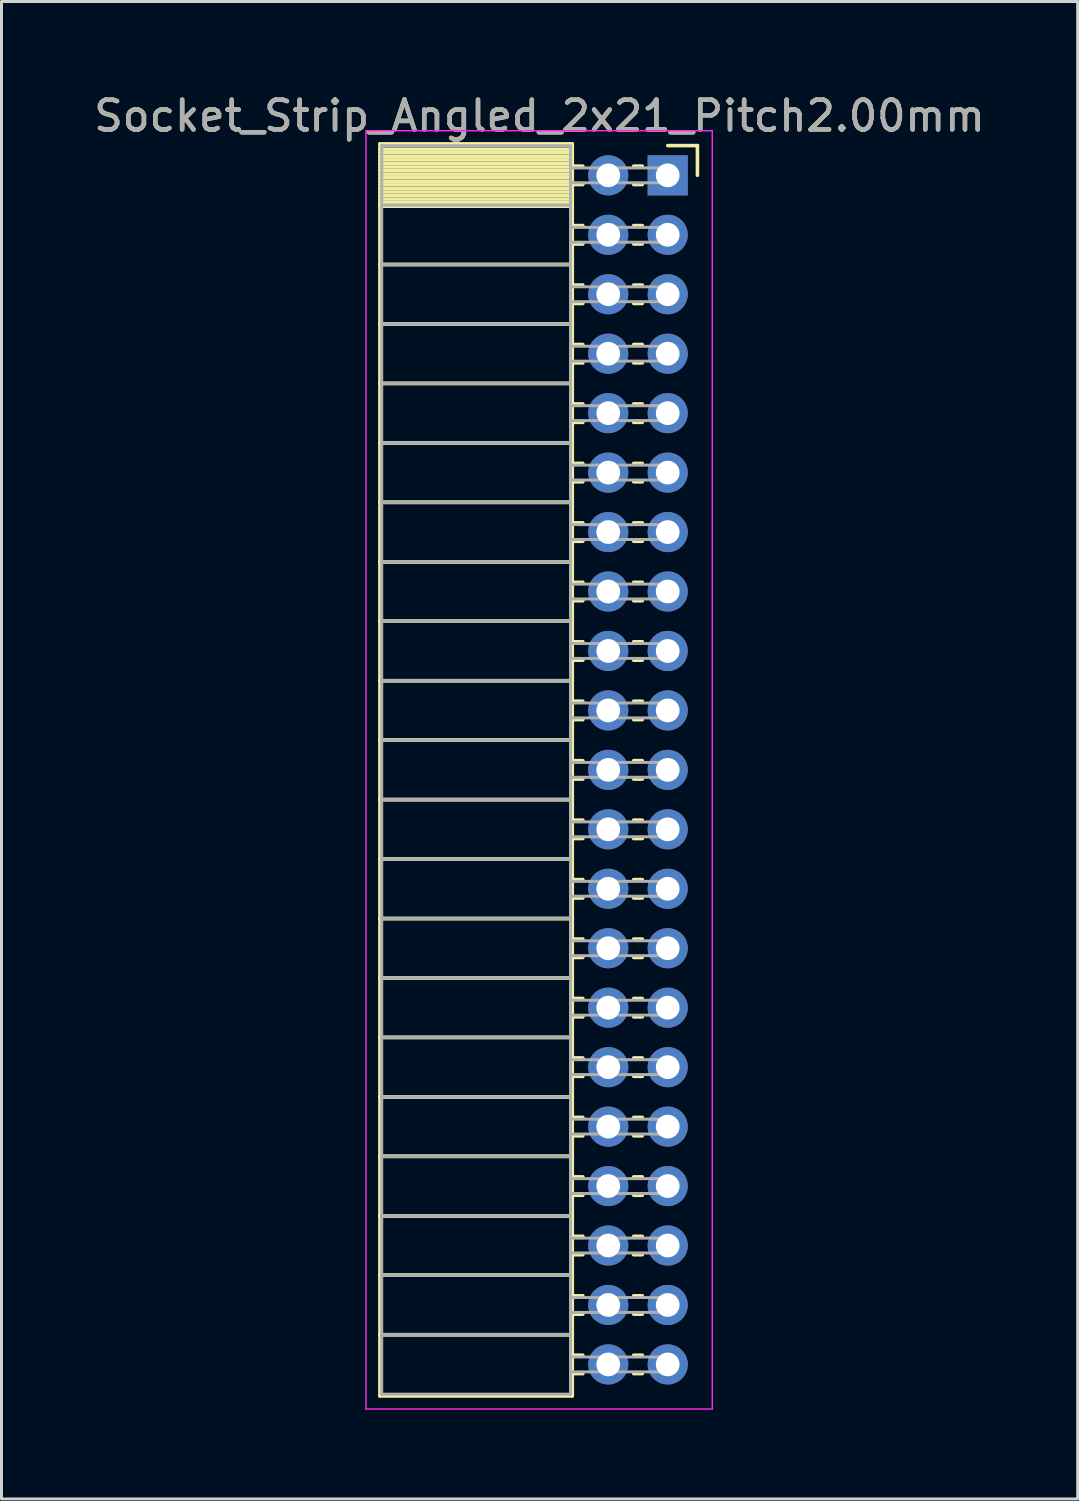
<source format=kicad_pcb>
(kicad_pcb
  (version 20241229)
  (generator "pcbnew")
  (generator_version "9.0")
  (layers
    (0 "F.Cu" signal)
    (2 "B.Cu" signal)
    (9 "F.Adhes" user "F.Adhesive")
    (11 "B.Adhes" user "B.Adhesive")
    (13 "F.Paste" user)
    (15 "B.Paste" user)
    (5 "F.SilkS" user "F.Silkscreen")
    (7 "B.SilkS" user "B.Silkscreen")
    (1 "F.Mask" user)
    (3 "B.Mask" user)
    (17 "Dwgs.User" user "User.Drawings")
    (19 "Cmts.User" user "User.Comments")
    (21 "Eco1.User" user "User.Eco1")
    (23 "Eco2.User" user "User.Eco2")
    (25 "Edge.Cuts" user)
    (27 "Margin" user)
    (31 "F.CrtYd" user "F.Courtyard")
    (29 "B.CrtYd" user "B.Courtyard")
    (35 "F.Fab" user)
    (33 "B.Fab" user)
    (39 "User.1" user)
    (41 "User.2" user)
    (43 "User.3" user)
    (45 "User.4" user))
  (footprint "Socket_Strip_Angled_2x21_Pitch2.00mm"
    (layer "F.Cu")
    (at 19.411 2.848)
    (property "Reference" "Socket_Strip_Angled_2x21_Pitch2.00mm" (at -4.31 -2 0) (layer "F.SilkS") (effects (font (size 1 1) (thickness 0.15))))
    (attr through_hole)
    (fp_line (start -9.68 -1.06) (end -3.21 -1.06) (stroke (width 0.12) (type solid)) (layer "F.SilkS"))
    (fp_line (start -9.68 1) (end -9.68 -1.06) (stroke (width 0.12) (type solid)) (layer "F.SilkS"))
    (fp_line (start -9.68 1) (end -3.21 1) (stroke (width 0.12) (type solid)) (layer "F.SilkS"))
    (fp_line (start -9.68 3) (end -9.68 1) (stroke (width 0.12) (type solid)) (layer "F.SilkS"))
    (fp_line (start -9.68 3) (end -3.21 3) (stroke (width 0.12) (type solid)) (layer "F.SilkS"))
    (fp_line (start -9.68 5) (end -9.68 3) (stroke (width 0.12) (type solid)) (layer "F.SilkS"))
    (fp_line (start -9.68 5) (end -3.21 5) (stroke (width 0.12) (type solid)) (layer "F.SilkS"))
    (fp_line (start -9.68 7) (end -9.68 5) (stroke (width 0.12) (type solid)) (layer "F.SilkS"))
    (fp_line (start -9.68 7) (end -3.21 7) (stroke (width 0.12) (type solid)) (layer "F.SilkS"))
    (fp_line (start -9.68 9) (end -9.68 7) (stroke (width 0.12) (type solid)) (layer "F.SilkS"))
    (fp_line (start -9.68 9) (end -3.21 9) (stroke (width 0.12) (type solid)) (layer "F.SilkS"))
    (fp_line (start -9.68 11) (end -9.68 9) (stroke (width 0.12) (type solid)) (layer "F.SilkS"))
    (fp_line (start -9.68 11) (end -3.21 11) (stroke (width 0.12) (type solid)) (layer "F.SilkS"))
    (fp_line (start -9.68 13) (end -9.68 11) (stroke (width 0.12) (type solid)) (layer "F.SilkS"))
    (fp_line (start -9.68 13) (end -3.21 13) (stroke (width 0.12) (type solid)) (layer "F.SilkS"))
    (fp_line (start -9.68 15) (end -9.68 13) (stroke (width 0.12) (type solid)) (layer "F.SilkS"))
    (fp_line (start -9.68 15) (end -3.21 15) (stroke (width 0.12) (type solid)) (layer "F.SilkS"))
    (fp_line (start -9.68 17) (end -9.68 15) (stroke (width 0.12) (type solid)) (layer "F.SilkS"))
    (fp_line (start -9.68 17) (end -3.21 17) (stroke (width 0.12) (type solid)) (layer "F.SilkS"))
    (fp_line (start -9.68 19) (end -9.68 17) (stroke (width 0.12) (type solid)) (layer "F.SilkS"))
    (fp_line (start -9.68 19) (end -3.21 19) (stroke (width 0.12) (type solid)) (layer "F.SilkS"))
    (fp_line (start -9.68 21) (end -9.68 19) (stroke (width 0.12) (type solid)) (layer "F.SilkS"))
    (fp_line (start -9.68 21) (end -3.21 21) (stroke (width 0.12) (type solid)) (layer "F.SilkS"))
    (fp_line (start -9.68 23) (end -9.68 21) (stroke (width 0.12) (type solid)) (layer "F.SilkS"))
    (fp_line (start -9.68 23) (end -3.21 23) (stroke (width 0.12) (type solid)) (layer "F.SilkS"))
    (fp_line (start -9.68 25) (end -9.68 23) (stroke (width 0.12) (type solid)) (layer "F.SilkS"))
    (fp_line (start -9.68 25) (end -3.21 25) (stroke (width 0.12) (type solid)) (layer "F.SilkS"))
    (fp_line (start -9.68 27) (end -9.68 25) (stroke (width 0.12) (type solid)) (layer "F.SilkS"))
    (fp_line (start -9.68 27) (end -3.21 27) (stroke (width 0.12) (type solid)) (layer "F.SilkS"))
    (fp_line (start -9.68 29) (end -9.68 27) (stroke (width 0.12) (type solid)) (layer "F.SilkS"))
    (fp_line (start -9.68 29) (end -3.21 29) (stroke (width 0.12) (type solid)) (layer "F.SilkS"))
    (fp_line (start -9.68 31) (end -9.68 29) (stroke (width 0.12) (type solid)) (layer "F.SilkS"))
    (fp_line (start -9.68 31) (end -3.21 31) (stroke (width 0.12) (type solid)) (layer "F.SilkS"))
    (fp_line (start -9.68 33) (end -9.68 31) (stroke (width 0.12) (type solid)) (layer "F.SilkS"))
    (fp_line (start -9.68 33) (end -3.21 33) (stroke (width 0.12) (type solid)) (layer "F.SilkS"))
    (fp_line (start -9.68 35) (end -9.68 33) (stroke (width 0.12) (type solid)) (layer "F.SilkS"))
    (fp_line (start -9.68 35) (end -3.21 35) (stroke (width 0.12) (type solid)) (layer "F.SilkS"))
    (fp_line (start -9.68 37) (end -9.68 35) (stroke (width 0.12) (type solid)) (layer "F.SilkS"))
    (fp_line (start -9.68 37) (end -3.21 37) (stroke (width 0.12) (type solid)) (layer "F.SilkS"))
    (fp_line (start -9.68 39) (end -9.68 37) (stroke (width 0.12) (type solid)) (layer "F.SilkS"))
    (fp_line (start -9.68 39) (end -3.21 39) (stroke (width 0.12) (type solid)) (layer "F.SilkS"))
    (fp_line (start -9.68 41.06) (end -9.68 39) (stroke (width 0.12) (type solid)) (layer "F.SilkS"))
    (fp_line (start -3.21 -1.06) (end -3.21 1) (stroke (width 0.12) (type solid)) (layer "F.SilkS"))
    (fp_line (start -3.21 -0.88) (end -9.68 -0.88) (stroke (width 0.12) (type solid)) (layer "F.SilkS"))
    (fp_line (start -3.21 -0.76) (end -9.68 -0.76) (stroke (width 0.12) (type solid)) (layer "F.SilkS"))
    (fp_line (start -3.21 -0.64) (end -9.68 -0.64) (stroke (width 0.12) (type solid)) (layer "F.SilkS"))
    (fp_line (start -3.21 -0.52) (end -9.68 -0.52) (stroke (width 0.12) (type solid)) (layer "F.SilkS"))
    (fp_line (start -3.21 -0.4) (end -9.68 -0.4) (stroke (width 0.12) (type solid)) (layer "F.SilkS"))
    (fp_line (start -3.21 -0.28) (end -9.68 -0.28) (stroke (width 0.12) (type solid)) (layer "F.SilkS"))
    (fp_line (start -3.21 -0.16) (end -9.68 -0.16) (stroke (width 0.12) (type solid)) (layer "F.SilkS"))
    (fp_line (start -3.21 -0.04) (end -9.68 -0.04) (stroke (width 0.12) (type solid)) (layer "F.SilkS"))
    (fp_line (start -3.21 0.08) (end -9.68 0.08) (stroke (width 0.12) (type solid)) (layer "F.SilkS"))
    (fp_line (start -3.21 0.2) (end -9.68 0.2) (stroke (width 0.12) (type solid)) (layer "F.SilkS"))
    (fp_line (start -3.21 0.32) (end -9.68 0.32) (stroke (width 0.12) (type solid)) (layer "F.SilkS"))
    (fp_line (start -3.21 0.44) (end -9.68 0.44) (stroke (width 0.12) (type solid)) (layer "F.SilkS"))
    (fp_line (start -3.21 0.56) (end -9.68 0.56) (stroke (width 0.12) (type solid)) (layer "F.SilkS"))
    (fp_line (start -3.21 0.68) (end -9.68 0.68) (stroke (width 0.12) (type solid)) (layer "F.SilkS"))
    (fp_line (start -3.21 0.8) (end -9.68 0.8) (stroke (width 0.12) (type solid)) (layer "F.SilkS"))
    (fp_line (start -3.21 0.92) (end -9.68 0.92) (stroke (width 0.12) (type solid)) (layer "F.SilkS"))
    (fp_line (start -3.21 1) (end -9.68 1) (stroke (width 0.12) (type solid)) (layer "F.SilkS"))
    (fp_line (start -3.21 1) (end -3.21 3) (stroke (width 0.12) (type solid)) (layer "F.SilkS"))
    (fp_line (start -3.21 1.04) (end -9.68 1.04) (stroke (width 0.12) (type solid)) (layer "F.SilkS"))
    (fp_line (start -3.21 3) (end -9.68 3) (stroke (width 0.12) (type solid)) (layer "F.SilkS"))
    (fp_line (start -3.21 3) (end -3.21 5) (stroke (width 0.12) (type solid)) (layer "F.SilkS"))
    (fp_line (start -3.21 5) (end -9.68 5) (stroke (width 0.12) (type solid)) (layer "F.SilkS"))
    (fp_line (start -3.21 5) (end -3.21 7) (stroke (width 0.12) (type solid)) (layer "F.SilkS"))
    (fp_line (start -3.21 7) (end -9.68 7) (stroke (width 0.12) (type solid)) (layer "F.SilkS"))
    (fp_line (start -3.21 7) (end -3.21 9) (stroke (width 0.12) (type solid)) (layer "F.SilkS"))
    (fp_line (start -3.21 9) (end -9.68 9) (stroke (width 0.12) (type solid)) (layer "F.SilkS"))
    (fp_line (start -3.21 9) (end -3.21 11) (stroke (width 0.12) (type solid)) (layer "F.SilkS"))
    (fp_line (start -3.21 11) (end -9.68 11) (stroke (width 0.12) (type solid)) (layer "F.SilkS"))
    (fp_line (start -3.21 11) (end -3.21 13) (stroke (width 0.12) (type solid)) (layer "F.SilkS"))
    (fp_line (start -3.21 13) (end -9.68 13) (stroke (width 0.12) (type solid)) (layer "F.SilkS"))
    (fp_line (start -3.21 13) (end -3.21 15) (stroke (width 0.12) (type solid)) (layer "F.SilkS"))
    (fp_line (start -3.21 15) (end -9.68 15) (stroke (width 0.12) (type solid)) (layer "F.SilkS"))
    (fp_line (start -3.21 15) (end -3.21 17) (stroke (width 0.12) (type solid)) (layer "F.SilkS"))
    (fp_line (start -3.21 17) (end -9.68 17) (stroke (width 0.12) (type solid)) (layer "F.SilkS"))
    (fp_line (start -3.21 17) (end -3.21 19) (stroke (width 0.12) (type solid)) (layer "F.SilkS"))
    (fp_line (start -3.21 19) (end -9.68 19) (stroke (width 0.12) (type solid)) (layer "F.SilkS"))
    (fp_line (start -3.21 19) (end -3.21 21) (stroke (width 0.12) (type solid)) (layer "F.SilkS"))
    (fp_line (start -3.21 21) (end -9.68 21) (stroke (width 0.12) (type solid)) (layer "F.SilkS"))
    (fp_line (start -3.21 21) (end -3.21 23) (stroke (width 0.12) (type solid)) (layer "F.SilkS"))
    (fp_line (start -3.21 23) (end -9.68 23) (stroke (width 0.12) (type solid)) (layer "F.SilkS"))
    (fp_line (start -3.21 23) (end -3.21 25) (stroke (width 0.12) (type solid)) (layer "F.SilkS"))
    (fp_line (start -3.21 25) (end -9.68 25) (stroke (width 0.12) (type solid)) (layer "F.SilkS"))
    (fp_line (start -3.21 25) (end -3.21 27) (stroke (width 0.12) (type solid)) (layer "F.SilkS"))
    (fp_line (start -3.21 27) (end -9.68 27) (stroke (width 0.12) (type solid)) (layer "F.SilkS"))
    (fp_line (start -3.21 27) (end -3.21 29) (stroke (width 0.12) (type solid)) (layer "F.SilkS"))
    (fp_line (start -3.21 29) (end -9.68 29) (stroke (width 0.12) (type solid)) (layer "F.SilkS"))
    (fp_line (start -3.21 29) (end -3.21 31) (stroke (width 0.12) (type solid)) (layer "F.SilkS"))
    (fp_line (start -3.21 31) (end -9.68 31) (stroke (width 0.12) (type solid)) (layer "F.SilkS"))
    (fp_line (start -3.21 31) (end -3.21 33) (stroke (width 0.12) (type solid)) (layer "F.SilkS"))
    (fp_line (start -3.21 33) (end -9.68 33) (stroke (width 0.12) (type solid)) (layer "F.SilkS"))
    (fp_line (start -3.21 33) (end -3.21 35) (stroke (width 0.12) (type solid)) (layer "F.SilkS"))
    (fp_line (start -3.21 35) (end -9.68 35) (stroke (width 0.12) (type solid)) (layer "F.SilkS"))
    (fp_line (start -3.21 35) (end -3.21 37) (stroke (width 0.12) (type solid)) (layer "F.SilkS"))
    (fp_line (start -3.21 37) (end -9.68 37) (stroke (width 0.12) (type solid)) (layer "F.SilkS"))
    (fp_line (start -3.21 37) (end -3.21 39) (stroke (width 0.12) (type solid)) (layer "F.SilkS"))
    (fp_line (start -3.21 39) (end -9.68 39) (stroke (width 0.12) (type solid)) (layer "F.SilkS"))
    (fp_line (start -3.21 39) (end -3.21 41.06) (stroke (width 0.12) (type solid)) (layer "F.SilkS"))
    (fp_line (start -3.21 41.06) (end -9.68 41.06) (stroke (width 0.12) (type solid)) (layer "F.SilkS"))
    (fp_line (start -2.855 -0.31) (end -3.21 -0.31) (stroke (width 0.12) (type solid)) (layer "F.SilkS"))
    (fp_line (start -2.855 0.31) (end -3.21 0.31) (stroke (width 0.12) (type solid)) (layer "F.SilkS"))
    (fp_line (start -2.855 1.69) (end -3.21 1.69) (stroke (width 0.12) (type solid)) (layer "F.SilkS"))
    (fp_line (start -2.855 2.31) (end -3.21 2.31) (stroke (width 0.12) (type solid)) (layer "F.SilkS"))
    (fp_line (start -2.855 3.69) (end -3.21 3.69) (stroke (width 0.12) (type solid)) (layer "F.SilkS"))
    (fp_line (start -2.855 4.31) (end -3.21 4.31) (stroke (width 0.12) (type solid)) (layer "F.SilkS"))
    (fp_line (start -2.855 5.69) (end -3.21 5.69) (stroke (width 0.12) (type solid)) (layer "F.SilkS"))
    (fp_line (start -2.855 6.31) (end -3.21 6.31) (stroke (width 0.12) (type solid)) (layer "F.SilkS"))
    (fp_line (start -2.855 7.69) (end -3.21 7.69) (stroke (width 0.12) (type solid)) (layer "F.SilkS"))
    (fp_line (start -2.855 8.31) (end -3.21 8.31) (stroke (width 0.12) (type solid)) (layer "F.SilkS"))
    (fp_line (start -2.855 9.69) (end -3.21 9.69) (stroke (width 0.12) (type solid)) (layer "F.SilkS"))
    (fp_line (start -2.855 10.31) (end -3.21 10.31) (stroke (width 0.12) (type solid)) (layer "F.SilkS"))
    (fp_line (start -2.855 11.69) (end -3.21 11.69) (stroke (width 0.12) (type solid)) (layer "F.SilkS"))
    (fp_line (start -2.855 12.31) (end -3.21 12.31) (stroke (width 0.12) (type solid)) (layer "F.SilkS"))
    (fp_line (start -2.855 13.69) (end -3.21 13.69) (stroke (width 0.12) (type solid)) (layer "F.SilkS"))
    (fp_line (start -2.855 14.31) (end -3.21 14.31) (stroke (width 0.12) (type solid)) (layer "F.SilkS"))
    (fp_line (start -2.855 15.69) (end -3.21 15.69) (stroke (width 0.12) (type solid)) (layer "F.SilkS"))
    (fp_line (start -2.855 16.31) (end -3.21 16.31) (stroke (width 0.12) (type solid)) (layer "F.SilkS"))
    (fp_line (start -2.855 17.69) (end -3.21 17.69) (stroke (width 0.12) (type solid)) (layer "F.SilkS"))
    (fp_line (start -2.855 18.31) (end -3.21 18.31) (stroke (width 0.12) (type solid)) (layer "F.SilkS"))
    (fp_line (start -2.855 19.69) (end -3.21 19.69) (stroke (width 0.12) (type solid)) (layer "F.SilkS"))
    (fp_line (start -2.855 20.31) (end -3.21 20.31) (stroke (width 0.12) (type solid)) (layer "F.SilkS"))
    (fp_line (start -2.855 21.69) (end -3.21 21.69) (stroke (width 0.12) (type solid)) (layer "F.SilkS"))
    (fp_line (start -2.855 22.31) (end -3.21 22.31) (stroke (width 0.12) (type solid)) (layer "F.SilkS"))
    (fp_line (start -2.855 23.69) (end -3.21 23.69) (stroke (width 0.12) (type solid)) (layer "F.SilkS"))
    (fp_line (start -2.855 24.31) (end -3.21 24.31) (stroke (width 0.12) (type solid)) (layer "F.SilkS"))
    (fp_line (start -2.855 25.69) (end -3.21 25.69) (stroke (width 0.12) (type solid)) (layer "F.SilkS"))
    (fp_line (start -2.855 26.31) (end -3.21 26.31) (stroke (width 0.12) (type solid)) (layer "F.SilkS"))
    (fp_line (start -2.855 27.69) (end -3.21 27.69) (stroke (width 0.12) (type solid)) (layer "F.SilkS"))
    (fp_line (start -2.855 28.31) (end -3.21 28.31) (stroke (width 0.12) (type solid)) (layer "F.SilkS"))
    (fp_line (start -2.855 29.69) (end -3.21 29.69) (stroke (width 0.12) (type solid)) (layer "F.SilkS"))
    (fp_line (start -2.855 30.31) (end -3.21 30.31) (stroke (width 0.12) (type solid)) (layer "F.SilkS"))
    (fp_line (start -2.855 31.69) (end -3.21 31.69) (stroke (width 0.12) (type solid)) (layer "F.SilkS"))
    (fp_line (start -2.855 32.31) (end -3.21 32.31) (stroke (width 0.12) (type solid)) (layer "F.SilkS"))
    (fp_line (start -2.855 33.69) (end -3.21 33.69) (stroke (width 0.12) (type solid)) (layer "F.SilkS"))
    (fp_line (start -2.855 34.31) (end -3.21 34.31) (stroke (width 0.12) (type solid)) (layer "F.SilkS"))
    (fp_line (start -2.855 35.69) (end -3.21 35.69) (stroke (width 0.12) (type solid)) (layer "F.SilkS"))
    (fp_line (start -2.855 36.31) (end -3.21 36.31) (stroke (width 0.12) (type solid)) (layer "F.SilkS"))
    (fp_line (start -2.855 37.69) (end -3.21 37.69) (stroke (width 0.12) (type solid)) (layer "F.SilkS"))
    (fp_line (start -2.855 38.31) (end -3.21 38.31) (stroke (width 0.12) (type solid)) (layer "F.SilkS"))
    (fp_line (start -2.855 39.69) (end -3.21 39.69) (stroke (width 0.12) (type solid)) (layer "F.SilkS"))
    (fp_line (start -2.855 40.31) (end -3.21 40.31) (stroke (width 0.12) (type solid)) (layer "F.SilkS"))
    (fp_line (start -0.855 -0.31) (end -1.145 -0.31) (stroke (width 0.12) (type solid)) (layer "F.SilkS"))
    (fp_line (start -0.855 0.31) (end -1.145 0.31) (stroke (width 0.12) (type solid)) (layer "F.SilkS"))
    (fp_line (start -0.855 1.69) (end -1.145 1.69) (stroke (width 0.12) (type solid)) (layer "F.SilkS"))
    (fp_line (start -0.855 2.31) (end -1.145 2.31) (stroke (width 0.12) (type solid)) (layer "F.SilkS"))
    (fp_line (start -0.855 3.69) (end -1.145 3.69) (stroke (width 0.12) (type solid)) (layer "F.SilkS"))
    (fp_line (start -0.855 4.31) (end -1.145 4.31) (stroke (width 0.12) (type solid)) (layer "F.SilkS"))
    (fp_line (start -0.855 5.69) (end -1.145 5.69) (stroke (width 0.12) (type solid)) (layer "F.SilkS"))
    (fp_line (start -0.855 6.31) (end -1.145 6.31) (stroke (width 0.12) (type solid)) (layer "F.SilkS"))
    (fp_line (start -0.855 7.69) (end -1.145 7.69) (stroke (width 0.12) (type solid)) (layer "F.SilkS"))
    (fp_line (start -0.855 8.31) (end -1.145 8.31) (stroke (width 0.12) (type solid)) (layer "F.SilkS"))
    (fp_line (start -0.855 9.69) (end -1.145 9.69) (stroke (width 0.12) (type solid)) (layer "F.SilkS"))
    (fp_line (start -0.855 10.31) (end -1.145 10.31) (stroke (width 0.12) (type solid)) (layer "F.SilkS"))
    (fp_line (start -0.855 11.69) (end -1.145 11.69) (stroke (width 0.12) (type solid)) (layer "F.SilkS"))
    (fp_line (start -0.855 12.31) (end -1.145 12.31) (stroke (width 0.12) (type solid)) (layer "F.SilkS"))
    (fp_line (start -0.855 13.69) (end -1.145 13.69) (stroke (width 0.12) (type solid)) (layer "F.SilkS"))
    (fp_line (start -0.855 14.31) (end -1.145 14.31) (stroke (width 0.12) (type solid)) (layer "F.SilkS"))
    (fp_line (start -0.855 15.69) (end -1.145 15.69) (stroke (width 0.12) (type solid)) (layer "F.SilkS"))
    (fp_line (start -0.855 16.31) (end -1.145 16.31) (stroke (width 0.12) (type solid)) (layer "F.SilkS"))
    (fp_line (start -0.855 17.69) (end -1.145 17.69) (stroke (width 0.12) (type solid)) (layer "F.SilkS"))
    (fp_line (start -0.855 18.31) (end -1.145 18.31) (stroke (width 0.12) (type solid)) (layer "F.SilkS"))
    (fp_line (start -0.855 19.69) (end -1.145 19.69) (stroke (width 0.12) (type solid)) (layer "F.SilkS"))
    (fp_line (start -0.855 20.31) (end -1.145 20.31) (stroke (width 0.12) (type solid)) (layer "F.SilkS"))
    (fp_line (start -0.855 21.69) (end -1.145 21.69) (stroke (width 0.12) (type solid)) (layer "F.SilkS"))
    (fp_line (start -0.855 22.31) (end -1.145 22.31) (stroke (width 0.12) (type solid)) (layer "F.SilkS"))
    (fp_line (start -0.855 23.69) (end -1.145 23.69) (stroke (width 0.12) (type solid)) (layer "F.SilkS"))
    (fp_line (start -0.855 24.31) (end -1.145 24.31) (stroke (width 0.12) (type solid)) (layer "F.SilkS"))
    (fp_line (start -0.855 25.69) (end -1.145 25.69) (stroke (width 0.12) (type solid)) (layer "F.SilkS"))
    (fp_line (start -0.855 26.31) (end -1.145 26.31) (stroke (width 0.12) (type solid)) (layer "F.SilkS"))
    (fp_line (start -0.855 27.69) (end -1.145 27.69) (stroke (width 0.12) (type solid)) (layer "F.SilkS"))
    (fp_line (start -0.855 28.31) (end -1.145 28.31) (stroke (width 0.12) (type solid)) (layer "F.SilkS"))
    (fp_line (start -0.855 29.69) (end -1.145 29.69) (stroke (width 0.12) (type solid)) (layer "F.SilkS"))
    (fp_line (start -0.855 30.31) (end -1.145 30.31) (stroke (width 0.12) (type solid)) (layer "F.SilkS"))
    (fp_line (start -0.855 31.69) (end -1.145 31.69) (stroke (width 0.12) (type solid)) (layer "F.SilkS"))
    (fp_line (start -0.855 32.31) (end -1.145 32.31) (stroke (width 0.12) (type solid)) (layer "F.SilkS"))
    (fp_line (start -0.855 33.69) (end -1.145 33.69) (stroke (width 0.12) (type solid)) (layer "F.SilkS"))
    (fp_line (start -0.855 34.31) (end -1.145 34.31) (stroke (width 0.12) (type solid)) (layer "F.SilkS"))
    (fp_line (start -0.855 35.69) (end -1.145 35.69) (stroke (width 0.12) (type solid)) (layer "F.SilkS"))
    (fp_line (start -0.855 36.31) (end -1.145 36.31) (stroke (width 0.12) (type solid)) (layer "F.SilkS"))
    (fp_line (start -0.855 37.69) (end -1.145 37.69) (stroke (width 0.12) (type solid)) (layer "F.SilkS"))
    (fp_line (start -0.855 38.31) (end -1.145 38.31) (stroke (width 0.12) (type solid)) (layer "F.SilkS"))
    (fp_line (start -0.855 39.69) (end -1.145 39.69) (stroke (width 0.12) (type solid)) (layer "F.SilkS"))
    (fp_line (start -0.855 40.31) (end -1.145 40.31) (stroke (width 0.12) (type solid)) (layer "F.SilkS"))
    (fp_line (start 0 -1) (end 1 -1) (stroke (width 0.12) (type solid)) (layer "F.SilkS"))
    (fp_line (start 1 -1) (end 1 0) (stroke (width 0.12) (type solid)) (layer "F.SilkS"))
    (fp_line (start -10.15 -1.5) (end 1.5 -1.5) (stroke (width 0.05) (type solid)) (layer "F.CrtYd"))
    (fp_line (start -10.15 41.5) (end -10.15 -1.5) (stroke (width 0.05) (type solid)) (layer "F.CrtYd"))
    (fp_line (start 1.5 -1.5) (end 1.5 41.5) (stroke (width 0.05) (type solid)) (layer "F.CrtYd"))
    (fp_line (start 1.5 41.5) (end -10.15 41.5) (stroke (width 0.05) (type solid)) (layer "F.CrtYd"))
    (fp_line (start -9.62 -1) (end -3.27 -1) (stroke (width 0.1) (type solid)) (layer "F.Fab"))
    (fp_line (start -9.62 1) (end -9.62 -1) (stroke (width 0.1) (type solid)) (layer "F.Fab"))
    (fp_line (start -9.62 1) (end -3.27 1) (stroke (width 0.1) (type solid)) (layer "F.Fab"))
    (fp_line (start -9.62 3) (end -9.62 1) (stroke (width 0.1) (type solid)) (layer "F.Fab"))
    (fp_line (start -9.62 3) (end -3.27 3) (stroke (width 0.1) (type solid)) (layer "F.Fab"))
    (fp_line (start -9.62 5) (end -9.62 3) (stroke (width 0.1) (type solid)) (layer "F.Fab"))
    (fp_line (start -9.62 5) (end -3.27 5) (stroke (width 0.1) (type solid)) (layer "F.Fab"))
    (fp_line (start -9.62 7) (end -9.62 5) (stroke (width 0.1) (type solid)) (layer "F.Fab"))
    (fp_line (start -9.62 7) (end -3.27 7) (stroke (width 0.1) (type solid)) (layer "F.Fab"))
    (fp_line (start -9.62 9) (end -9.62 7) (stroke (width 0.1) (type solid)) (layer "F.Fab"))
    (fp_line (start -9.62 9) (end -3.27 9) (stroke (width 0.1) (type solid)) (layer "F.Fab"))
    (fp_line (start -9.62 11) (end -9.62 9) (stroke (width 0.1) (type solid)) (layer "F.Fab"))
    (fp_line (start -9.62 11) (end -3.27 11) (stroke (width 0.1) (type solid)) (layer "F.Fab"))
    (fp_line (start -9.62 13) (end -9.62 11) (stroke (width 0.1) (type solid)) (layer "F.Fab"))
    (fp_line (start -9.62 13) (end -3.27 13) (stroke (width 0.1) (type solid)) (layer "F.Fab"))
    (fp_line (start -9.62 15) (end -9.62 13) (stroke (width 0.1) (type solid)) (layer "F.Fab"))
    (fp_line (start -9.62 15) (end -3.27 15) (stroke (width 0.1) (type solid)) (layer "F.Fab"))
    (fp_line (start -9.62 17) (end -9.62 15) (stroke (width 0.1) (type solid)) (layer "F.Fab"))
    (fp_line (start -9.62 17) (end -3.27 17) (stroke (width 0.1) (type solid)) (layer "F.Fab"))
    (fp_line (start -9.62 19) (end -9.62 17) (stroke (width 0.1) (type solid)) (layer "F.Fab"))
    (fp_line (start -9.62 19) (end -3.27 19) (stroke (width 0.1) (type solid)) (layer "F.Fab"))
    (fp_line (start -9.62 21) (end -9.62 19) (stroke (width 0.1) (type solid)) (layer "F.Fab"))
    (fp_line (start -9.62 21) (end -3.27 21) (stroke (width 0.1) (type solid)) (layer "F.Fab"))
    (fp_line (start -9.62 23) (end -9.62 21) (stroke (width 0.1) (type solid)) (layer "F.Fab"))
    (fp_line (start -9.62 23) (end -3.27 23) (stroke (width 0.1) (type solid)) (layer "F.Fab"))
    (fp_line (start -9.62 25) (end -9.62 23) (stroke (width 0.1) (type solid)) (layer "F.Fab"))
    (fp_line (start -9.62 25) (end -3.27 25) (stroke (width 0.1) (type solid)) (layer "F.Fab"))
    (fp_line (start -9.62 27) (end -9.62 25) (stroke (width 0.1) (type solid)) (layer "F.Fab"))
    (fp_line (start -9.62 27) (end -3.27 27) (stroke (width 0.1) (type solid)) (layer "F.Fab"))
    (fp_line (start -9.62 29) (end -9.62 27) (stroke (width 0.1) (type solid)) (layer "F.Fab"))
    (fp_line (start -9.62 29) (end -3.27 29) (stroke (width 0.1) (type solid)) (layer "F.Fab"))
    (fp_line (start -9.62 31) (end -9.62 29) (stroke (width 0.1) (type solid)) (layer "F.Fab"))
    (fp_line (start -9.62 31) (end -3.27 31) (stroke (width 0.1) (type solid)) (layer "F.Fab"))
    (fp_line (start -9.62 33) (end -9.62 31) (stroke (width 0.1) (type solid)) (layer "F.Fab"))
    (fp_line (start -9.62 33) (end -3.27 33) (stroke (width 0.1) (type solid)) (layer "F.Fab"))
    (fp_line (start -9.62 35) (end -9.62 33) (stroke (width 0.1) (type solid)) (layer "F.Fab"))
    (fp_line (start -9.62 35) (end -3.27 35) (stroke (width 0.1) (type solid)) (layer "F.Fab"))
    (fp_line (start -9.62 37) (end -9.62 35) (stroke (width 0.1) (type solid)) (layer "F.Fab"))
    (fp_line (start -9.62 37) (end -3.27 37) (stroke (width 0.1) (type solid)) (layer "F.Fab"))
    (fp_line (start -9.62 39) (end -9.62 37) (stroke (width 0.1) (type solid)) (layer "F.Fab"))
    (fp_line (start -9.62 39) (end -3.27 39) (stroke (width 0.1) (type solid)) (layer "F.Fab"))
    (fp_line (start -9.62 41) (end -9.62 39) (stroke (width 0.1) (type solid)) (layer "F.Fab"))
    (fp_line (start -3.27 -1) (end -3.27 1) (stroke (width 0.1) (type solid)) (layer "F.Fab"))
    (fp_line (start -3.27 -0.25) (end 0 -0.25) (stroke (width 0.1) (type solid)) (layer "F.Fab"))
    (fp_line (start -3.27 0.25) (end -3.27 -0.25) (stroke (width 0.1) (type solid)) (layer "F.Fab"))
    (fp_line (start -3.27 1) (end -9.62 1) (stroke (width 0.1) (type solid)) (layer "F.Fab"))
    (fp_line (start -3.27 1) (end -3.27 3) (stroke (width 0.1) (type solid)) (layer "F.Fab"))
    (fp_line (start -3.27 1.75) (end 0 1.75) (stroke (width 0.1) (type solid)) (layer "F.Fab"))
    (fp_line (start -3.27 2.25) (end -3.27 1.75) (stroke (width 0.1) (type solid)) (layer "F.Fab"))
    (fp_line (start -3.27 3) (end -9.62 3) (stroke (width 0.1) (type solid)) (layer "F.Fab"))
    (fp_line (start -3.27 3) (end -3.27 5) (stroke (width 0.1) (type solid)) (layer "F.Fab"))
    (fp_line (start -3.27 3.75) (end 0 3.75) (stroke (width 0.1) (type solid)) (layer "F.Fab"))
    (fp_line (start -3.27 4.25) (end -3.27 3.75) (stroke (width 0.1) (type solid)) (layer "F.Fab"))
    (fp_line (start -3.27 5) (end -9.62 5) (stroke (width 0.1) (type solid)) (layer "F.Fab"))
    (fp_line (start -3.27 5) (end -3.27 7) (stroke (width 0.1) (type solid)) (layer "F.Fab"))
    (fp_line (start -3.27 5.75) (end 0 5.75) (stroke (width 0.1) (type solid)) (layer "F.Fab"))
    (fp_line (start -3.27 6.25) (end -3.27 5.75) (stroke (width 0.1) (type solid)) (layer "F.Fab"))
    (fp_line (start -3.27 7) (end -9.62 7) (stroke (width 0.1) (type solid)) (layer "F.Fab"))
    (fp_line (start -3.27 7) (end -3.27 9) (stroke (width 0.1) (type solid)) (layer "F.Fab"))
    (fp_line (start -3.27 7.75) (end 0 7.75) (stroke (width 0.1) (type solid)) (layer "F.Fab"))
    (fp_line (start -3.27 8.25) (end -3.27 7.75) (stroke (width 0.1) (type solid)) (layer "F.Fab"))
    (fp_line (start -3.27 9) (end -9.62 9) (stroke (width 0.1) (type solid)) (layer "F.Fab"))
    (fp_line (start -3.27 9) (end -3.27 11) (stroke (width 0.1) (type solid)) (layer "F.Fab"))
    (fp_line (start -3.27 9.75) (end 0 9.75) (stroke (width 0.1) (type solid)) (layer "F.Fab"))
    (fp_line (start -3.27 10.25) (end -3.27 9.75) (stroke (width 0.1) (type solid)) (layer "F.Fab"))
    (fp_line (start -3.27 11) (end -9.62 11) (stroke (width 0.1) (type solid)) (layer "F.Fab"))
    (fp_line (start -3.27 11) (end -3.27 13) (stroke (width 0.1) (type solid)) (layer "F.Fab"))
    (fp_line (start -3.27 11.75) (end 0 11.75) (stroke (width 0.1) (type solid)) (layer "F.Fab"))
    (fp_line (start -3.27 12.25) (end -3.27 11.75) (stroke (width 0.1) (type solid)) (layer "F.Fab"))
    (fp_line (start -3.27 13) (end -9.62 13) (stroke (width 0.1) (type solid)) (layer "F.Fab"))
    (fp_line (start -3.27 13) (end -3.27 15) (stroke (width 0.1) (type solid)) (layer "F.Fab"))
    (fp_line (start -3.27 13.75) (end 0 13.75) (stroke (width 0.1) (type solid)) (layer "F.Fab"))
    (fp_line (start -3.27 14.25) (end -3.27 13.75) (stroke (width 0.1) (type solid)) (layer "F.Fab"))
    (fp_line (start -3.27 15) (end -9.62 15) (stroke (width 0.1) (type solid)) (layer "F.Fab"))
    (fp_line (start -3.27 15) (end -3.27 17) (stroke (width 0.1) (type solid)) (layer "F.Fab"))
    (fp_line (start -3.27 15.75) (end 0 15.75) (stroke (width 0.1) (type solid)) (layer "F.Fab"))
    (fp_line (start -3.27 16.25) (end -3.27 15.75) (stroke (width 0.1) (type solid)) (layer "F.Fab"))
    (fp_line (start -3.27 17) (end -9.62 17) (stroke (width 0.1) (type solid)) (layer "F.Fab"))
    (fp_line (start -3.27 17) (end -3.27 19) (stroke (width 0.1) (type solid)) (layer "F.Fab"))
    (fp_line (start -3.27 17.75) (end 0 17.75) (stroke (width 0.1) (type solid)) (layer "F.Fab"))
    (fp_line (start -3.27 18.25) (end -3.27 17.75) (stroke (width 0.1) (type solid)) (layer "F.Fab"))
    (fp_line (start -3.27 19) (end -9.62 19) (stroke (width 0.1) (type solid)) (layer "F.Fab"))
    (fp_line (start -3.27 19) (end -3.27 21) (stroke (width 0.1) (type solid)) (layer "F.Fab"))
    (fp_line (start -3.27 19.75) (end 0 19.75) (stroke (width 0.1) (type solid)) (layer "F.Fab"))
    (fp_line (start -3.27 20.25) (end -3.27 19.75) (stroke (width 0.1) (type solid)) (layer "F.Fab"))
    (fp_line (start -3.27 21) (end -9.62 21) (stroke (width 0.1) (type solid)) (layer "F.Fab"))
    (fp_line (start -3.27 21) (end -3.27 23) (stroke (width 0.1) (type solid)) (layer "F.Fab"))
    (fp_line (start -3.27 21.75) (end 0 21.75) (stroke (width 0.1) (type solid)) (layer "F.Fab"))
    (fp_line (start -3.27 22.25) (end -3.27 21.75) (stroke (width 0.1) (type solid)) (layer "F.Fab"))
    (fp_line (start -3.27 23) (end -9.62 23) (stroke (width 0.1) (type solid)) (layer "F.Fab"))
    (fp_line (start -3.27 23) (end -3.27 25) (stroke (width 0.1) (type solid)) (layer "F.Fab"))
    (fp_line (start -3.27 23.75) (end 0 23.75) (stroke (width 0.1) (type solid)) (layer "F.Fab"))
    (fp_line (start -3.27 24.25) (end -3.27 23.75) (stroke (width 0.1) (type solid)) (layer "F.Fab"))
    (fp_line (start -3.27 25) (end -9.62 25) (stroke (width 0.1) (type solid)) (layer "F.Fab"))
    (fp_line (start -3.27 25) (end -3.27 27) (stroke (width 0.1) (type solid)) (layer "F.Fab"))
    (fp_line (start -3.27 25.75) (end 0 25.75) (stroke (width 0.1) (type solid)) (layer "F.Fab"))
    (fp_line (start -3.27 26.25) (end -3.27 25.75) (stroke (width 0.1) (type solid)) (layer "F.Fab"))
    (fp_line (start -3.27 27) (end -9.62 27) (stroke (width 0.1) (type solid)) (layer "F.Fab"))
    (fp_line (start -3.27 27) (end -3.27 29) (stroke (width 0.1) (type solid)) (layer "F.Fab"))
    (fp_line (start -3.27 27.75) (end 0 27.75) (stroke (width 0.1) (type solid)) (layer "F.Fab"))
    (fp_line (start -3.27 28.25) (end -3.27 27.75) (stroke (width 0.1) (type solid)) (layer "F.Fab"))
    (fp_line (start -3.27 29) (end -9.62 29) (stroke (width 0.1) (type solid)) (layer "F.Fab"))
    (fp_line (start -3.27 29) (end -3.27 31) (stroke (width 0.1) (type solid)) (layer "F.Fab"))
    (fp_line (start -3.27 29.75) (end 0 29.75) (stroke (width 0.1) (type solid)) (layer "F.Fab"))
    (fp_line (start -3.27 30.25) (end -3.27 29.75) (stroke (width 0.1) (type solid)) (layer "F.Fab"))
    (fp_line (start -3.27 31) (end -9.62 31) (stroke (width 0.1) (type solid)) (layer "F.Fab"))
    (fp_line (start -3.27 31) (end -3.27 33) (stroke (width 0.1) (type solid)) (layer "F.Fab"))
    (fp_line (start -3.27 31.75) (end 0 31.75) (stroke (width 0.1) (type solid)) (layer "F.Fab"))
    (fp_line (start -3.27 32.25) (end -3.27 31.75) (stroke (width 0.1) (type solid)) (layer "F.Fab"))
    (fp_line (start -3.27 33) (end -9.62 33) (stroke (width 0.1) (type solid)) (layer "F.Fab"))
    (fp_line (start -3.27 33) (end -3.27 35) (stroke (width 0.1) (type solid)) (layer "F.Fab"))
    (fp_line (start -3.27 33.75) (end 0 33.75) (stroke (width 0.1) (type solid)) (layer "F.Fab"))
    (fp_line (start -3.27 34.25) (end -3.27 33.75) (stroke (width 0.1) (type solid)) (layer "F.Fab"))
    (fp_line (start -3.27 35) (end -9.62 35) (stroke (width 0.1) (type solid)) (layer "F.Fab"))
    (fp_line (start -3.27 35) (end -3.27 37) (stroke (width 0.1) (type solid)) (layer "F.Fab"))
    (fp_line (start -3.27 35.75) (end 0 35.75) (stroke (width 0.1) (type solid)) (layer "F.Fab"))
    (fp_line (start -3.27 36.25) (end -3.27 35.75) (stroke (width 0.1) (type solid)) (layer "F.Fab"))
    (fp_line (start -3.27 37) (end -9.62 37) (stroke (width 0.1) (type solid)) (layer "F.Fab"))
    (fp_line (start -3.27 37) (end -3.27 39) (stroke (width 0.1) (type solid)) (layer "F.Fab"))
    (fp_line (start -3.27 37.75) (end 0 37.75) (stroke (width 0.1) (type solid)) (layer "F.Fab"))
    (fp_line (start -3.27 38.25) (end -3.27 37.75) (stroke (width 0.1) (type solid)) (layer "F.Fab"))
    (fp_line (start -3.27 39) (end -9.62 39) (stroke (width 0.1) (type solid)) (layer "F.Fab"))
    (fp_line (start -3.27 39) (end -3.27 41) (stroke (width 0.1) (type solid)) (layer "F.Fab"))
    (fp_line (start -3.27 39.75) (end 0 39.75) (stroke (width 0.1) (type solid)) (layer "F.Fab"))
    (fp_line (start -3.27 40.25) (end -3.27 39.75) (stroke (width 0.1) (type solid)) (layer "F.Fab"))
    (fp_line (start -3.27 41) (end -9.62 41) (stroke (width 0.1) (type solid)) (layer "F.Fab"))
    (fp_line (start 0 -0.25) (end 0 0.25) (stroke (width 0.1) (type solid)) (layer "F.Fab"))
    (fp_line (start 0 0.25) (end -3.27 0.25) (stroke (width 0.1) (type solid)) (layer "F.Fab"))
    (fp_line (start 0 1.75) (end 0 2.25) (stroke (width 0.1) (type solid)) (layer "F.Fab"))
    (fp_line (start 0 2.25) (end -3.27 2.25) (stroke (width 0.1) (type solid)) (layer "F.Fab"))
    (fp_line (start 0 3.75) (end 0 4.25) (stroke (width 0.1) (type solid)) (layer "F.Fab"))
    (fp_line (start 0 4.25) (end -3.27 4.25) (stroke (width 0.1) (type solid)) (layer "F.Fab"))
    (fp_line (start 0 5.75) (end 0 6.25) (stroke (width 0.1) (type solid)) (layer "F.Fab"))
    (fp_line (start 0 6.25) (end -3.27 6.25) (stroke (width 0.1) (type solid)) (layer "F.Fab"))
    (fp_line (start 0 7.75) (end 0 8.25) (stroke (width 0.1) (type solid)) (layer "F.Fab"))
    (fp_line (start 0 8.25) (end -3.27 8.25) (stroke (width 0.1) (type solid)) (layer "F.Fab"))
    (fp_line (start 0 9.75) (end 0 10.25) (stroke (width 0.1) (type solid)) (layer "F.Fab"))
    (fp_line (start 0 10.25) (end -3.27 10.25) (stroke (width 0.1) (type solid)) (layer "F.Fab"))
    (fp_line (start 0 11.75) (end 0 12.25) (stroke (width 0.1) (type solid)) (layer "F.Fab"))
    (fp_line (start 0 12.25) (end -3.27 12.25) (stroke (width 0.1) (type solid)) (layer "F.Fab"))
    (fp_line (start 0 13.75) (end 0 14.25) (stroke (width 0.1) (type solid)) (layer "F.Fab"))
    (fp_line (start 0 14.25) (end -3.27 14.25) (stroke (width 0.1) (type solid)) (layer "F.Fab"))
    (fp_line (start 0 15.75) (end 0 16.25) (stroke (width 0.1) (type solid)) (layer "F.Fab"))
    (fp_line (start 0 16.25) (end -3.27 16.25) (stroke (width 0.1) (type solid)) (layer "F.Fab"))
    (fp_line (start 0 17.75) (end 0 18.25) (stroke (width 0.1) (type solid)) (layer "F.Fab"))
    (fp_line (start 0 18.25) (end -3.27 18.25) (stroke (width 0.1) (type solid)) (layer "F.Fab"))
    (fp_line (start 0 19.75) (end 0 20.25) (stroke (width 0.1) (type solid)) (layer "F.Fab"))
    (fp_line (start 0 20.25) (end -3.27 20.25) (stroke (width 0.1) (type solid)) (layer "F.Fab"))
    (fp_line (start 0 21.75) (end 0 22.25) (stroke (width 0.1) (type solid)) (layer "F.Fab"))
    (fp_line (start 0 22.25) (end -3.27 22.25) (stroke (width 0.1) (type solid)) (layer "F.Fab"))
    (fp_line (start 0 23.75) (end 0 24.25) (stroke (width 0.1) (type solid)) (layer "F.Fab"))
    (fp_line (start 0 24.25) (end -3.27 24.25) (stroke (width 0.1) (type solid)) (layer "F.Fab"))
    (fp_line (start 0 25.75) (end 0 26.25) (stroke (width 0.1) (type solid)) (layer "F.Fab"))
    (fp_line (start 0 26.25) (end -3.27 26.25) (stroke (width 0.1) (type solid)) (layer "F.Fab"))
    (fp_line (start 0 27.75) (end 0 28.25) (stroke (width 0.1) (type solid)) (layer "F.Fab"))
    (fp_line (start 0 28.25) (end -3.27 28.25) (stroke (width 0.1) (type solid)) (layer "F.Fab"))
    (fp_line (start 0 29.75) (end 0 30.25) (stroke (width 0.1) (type solid)) (layer "F.Fab"))
    (fp_line (start 0 30.25) (end -3.27 30.25) (stroke (width 0.1) (type solid)) (layer "F.Fab"))
    (fp_line (start 0 31.75) (end 0 32.25) (stroke (width 0.1) (type solid)) (layer "F.Fab"))
    (fp_line (start 0 32.25) (end -3.27 32.25) (stroke (width 0.1) (type solid)) (layer "F.Fab"))
    (fp_line (start 0 33.75) (end 0 34.25) (stroke (width 0.1) (type solid)) (layer "F.Fab"))
    (fp_line (start 0 34.25) (end -3.27 34.25) (stroke (width 0.1) (type solid)) (layer "F.Fab"))
    (fp_line (start 0 35.75) (end 0 36.25) (stroke (width 0.1) (type solid)) (layer "F.Fab"))
    (fp_line (start 0 36.25) (end -3.27 36.25) (stroke (width 0.1) (type solid)) (layer "F.Fab"))
    (fp_line (start 0 37.75) (end 0 38.25) (stroke (width 0.1) (type solid)) (layer "F.Fab"))
    (fp_line (start 0 38.25) (end -3.27 38.25) (stroke (width 0.1) (type solid)) (layer "F.Fab"))
    (fp_line (start 0 39.75) (end 0 40.25) (stroke (width 0.1) (type solid)) (layer "F.Fab"))
    (fp_line (start 0 40.25) (end -3.27 40.25) (stroke (width 0.1) (type solid)) (layer "F.Fab"))
    (fp_text user "${REFERENCE}" (at -4.31 -2 0) (layer "F.Fab") (effects (font (size 1 1) (thickness 0.15))))
    (pad "1" thru_hole rect (at 0 0) (size 1.35 1.35) (drill 0.8) (layers "*.Cu" "*.Mask"))
    (pad "2" thru_hole oval (at -2 0) (size 1.35 1.35) (drill 0.8) (layers "*.Cu" "*.Mask"))
    (pad "3" thru_hole oval (at 0 2) (size 1.35 1.35) (drill 0.8) (layers "*.Cu" "*.Mask"))
    (pad "4" thru_hole oval (at -2 2) (size 1.35 1.35) (drill 0.8) (layers "*.Cu" "*.Mask"))
    (pad "5" thru_hole oval (at 0 4) (size 1.35 1.35) (drill 0.8) (layers "*.Cu" "*.Mask"))
    (pad "6" thru_hole oval (at -2 4) (size 1.35 1.35) (drill 0.8) (layers "*.Cu" "*.Mask"))
    (pad "7" thru_hole oval (at 0 6) (size 1.35 1.35) (drill 0.8) (layers "*.Cu" "*.Mask"))
    (pad "8" thru_hole oval (at -2 6) (size 1.35 1.35) (drill 0.8) (layers "*.Cu" "*.Mask"))
    (pad "9" thru_hole oval (at 0 8) (size 1.35 1.35) (drill 0.8) (layers "*.Cu" "*.Mask"))
    (pad "10" thru_hole oval (at -2 8) (size 1.35 1.35) (drill 0.8) (layers "*.Cu" "*.Mask"))
    (pad "11" thru_hole oval (at 0 10) (size 1.35 1.35) (drill 0.8) (layers "*.Cu" "*.Mask"))
    (pad "12" thru_hole oval (at -2 10) (size 1.35 1.35) (drill 0.8) (layers "*.Cu" "*.Mask"))
    (pad "13" thru_hole oval (at 0 12) (size 1.35 1.35) (drill 0.8) (layers "*.Cu" "*.Mask"))
    (pad "14" thru_hole oval (at -2 12) (size 1.35 1.35) (drill 0.8) (layers "*.Cu" "*.Mask"))
    (pad "15" thru_hole oval (at 0 14) (size 1.35 1.35) (drill 0.8) (layers "*.Cu" "*.Mask"))
    (pad "16" thru_hole oval (at -2 14) (size 1.35 1.35) (drill 0.8) (layers "*.Cu" "*.Mask"))
    (pad "17" thru_hole oval (at 0 16) (size 1.35 1.35) (drill 0.8) (layers "*.Cu" "*.Mask"))
    (pad "18" thru_hole oval (at -2 16) (size 1.35 1.35) (drill 0.8) (layers "*.Cu" "*.Mask"))
    (pad "19" thru_hole oval (at 0 18) (size 1.35 1.35) (drill 0.8) (layers "*.Cu" "*.Mask"))
    (pad "20" thru_hole oval (at -2 18) (size 1.35 1.35) (drill 0.8) (layers "*.Cu" "*.Mask"))
    (pad "21" thru_hole oval (at 0 20) (size 1.35 1.35) (drill 0.8) (layers "*.Cu" "*.Mask"))
    (pad "22" thru_hole oval (at -2 20) (size 1.35 1.35) (drill 0.8) (layers "*.Cu" "*.Mask"))
    (pad "23" thru_hole oval (at 0 22) (size 1.35 1.35) (drill 0.8) (layers "*.Cu" "*.Mask"))
    (pad "24" thru_hole oval (at -2 22) (size 1.35 1.35) (drill 0.8) (layers "*.Cu" "*.Mask"))
    (pad "25" thru_hole oval (at 0 24) (size 1.35 1.35) (drill 0.8) (layers "*.Cu" "*.Mask"))
    (pad "26" thru_hole oval (at -2 24) (size 1.35 1.35) (drill 0.8) (layers "*.Cu" "*.Mask"))
    (pad "27" thru_hole oval (at 0 26) (size 1.35 1.35) (drill 0.8) (layers "*.Cu" "*.Mask"))
    (pad "28" thru_hole oval (at -2 26) (size 1.35 1.35) (drill 0.8) (layers "*.Cu" "*.Mask"))
    (pad "29" thru_hole oval (at 0 28) (size 1.35 1.35) (drill 0.8) (layers "*.Cu" "*.Mask"))
    (pad "30" thru_hole oval (at -2 28) (size 1.35 1.35) (drill 0.8) (layers "*.Cu" "*.Mask"))
    (pad "31" thru_hole oval (at 0 30) (size 1.35 1.35) (drill 0.8) (layers "*.Cu" "*.Mask"))
    (pad "32" thru_hole oval (at -2 30) (size 1.35 1.35) (drill 0.8) (layers "*.Cu" "*.Mask"))
    (pad "33" thru_hole oval (at 0 32) (size 1.35 1.35) (drill 0.8) (layers "*.Cu" "*.Mask"))
    (pad "34" thru_hole oval (at -2 32) (size 1.35 1.35) (drill 0.8) (layers "*.Cu" "*.Mask"))
    (pad "35" thru_hole oval (at 0 34) (size 1.35 1.35) (drill 0.8) (layers "*.Cu" "*.Mask"))
    (pad "36" thru_hole oval (at -2 34) (size 1.35 1.35) (drill 0.8) (layers "*.Cu" "*.Mask"))
    (pad "37" thru_hole oval (at 0 36) (size 1.35 1.35) (drill 0.8) (layers "*.Cu" "*.Mask"))
    (pad "38" thru_hole oval (at -2 36) (size 1.35 1.35) (drill 0.8) (layers "*.Cu" "*.Mask"))
    (pad "39" thru_hole oval (at 0 38) (size 1.35 1.35) (drill 0.8) (layers "*.Cu" "*.Mask"))
    (pad "40" thru_hole oval (at -2 38) (size 1.35 1.35) (drill 0.8) (layers "*.Cu" "*.Mask"))
    (pad "41" thru_hole oval (at 0 40) (size 1.35 1.35) (drill 0.8) (layers "*.Cu" "*.Mask"))
    (pad "42" thru_hole oval (at -2 40) (size 1.35 1.35) (drill 0.8) (layers "*.Cu" "*.Mask")))
  (gr_rect
    (start -3 -3)
    (end 33.202 47.373)
    (stroke (width 0.1) (type default))
    (fill no)
    (layer "Edge.Cuts")))
</source>
